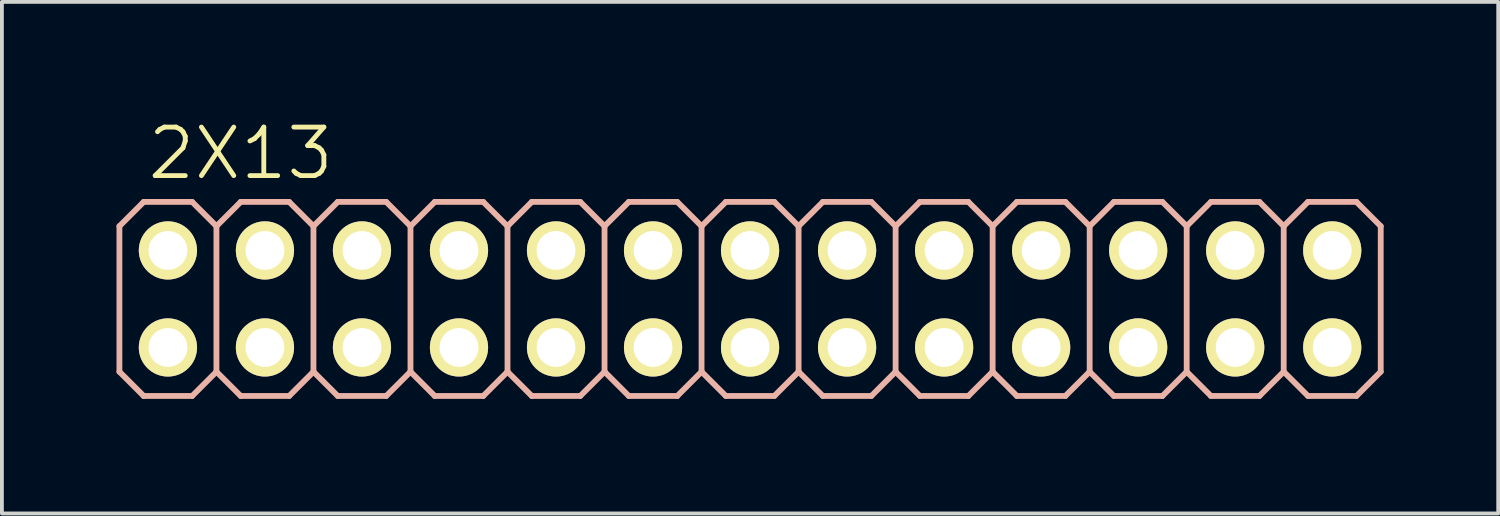
<source format=kicad_pcb>
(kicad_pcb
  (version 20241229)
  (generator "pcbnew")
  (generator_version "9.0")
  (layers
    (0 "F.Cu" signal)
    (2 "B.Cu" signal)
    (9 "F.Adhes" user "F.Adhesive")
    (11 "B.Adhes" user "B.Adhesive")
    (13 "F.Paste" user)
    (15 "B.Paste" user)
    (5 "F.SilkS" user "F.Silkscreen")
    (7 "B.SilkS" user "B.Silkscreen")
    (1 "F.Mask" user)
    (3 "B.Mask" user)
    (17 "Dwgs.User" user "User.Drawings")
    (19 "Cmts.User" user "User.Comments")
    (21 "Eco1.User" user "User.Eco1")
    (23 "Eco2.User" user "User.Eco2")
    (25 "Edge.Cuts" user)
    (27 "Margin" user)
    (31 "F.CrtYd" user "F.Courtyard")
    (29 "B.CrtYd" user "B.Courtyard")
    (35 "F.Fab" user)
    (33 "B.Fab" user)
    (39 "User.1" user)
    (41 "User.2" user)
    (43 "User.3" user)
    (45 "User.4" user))
  (footprint "2X13"
    (layer "F.Cu")
    (at 16.586 4.776)
    (property "Reference" "2X13" (at -13.335 -3.81 0) (layer "F.SilkS") (effects (font (size 1.27 1.27) (thickness 0.127))))
    (attr exclude_from_pos_files exclude_from_bom)
    (fp_line (start -16.51 -1.905) (end -15.875 -2.54) (stroke (width 0.152) (type solid)) (layer "B.SilkS"))
    (fp_line (start -16.51 1.905) (end -16.51 -1.905) (stroke (width 0.152) (type solid)) (layer "B.SilkS"))
    (fp_line (start -16.51 1.905) (end -15.875 2.54) (stroke (width 0.152) (type solid)) (layer "B.SilkS"))
    (fp_line (start -15.875 -2.54) (end -14.605 -2.54) (stroke (width 0.152) (type solid)) (layer "B.SilkS"))
    (fp_line (start -15.875 2.54) (end -14.605 2.54) (stroke (width 0.152) (type solid)) (layer "B.SilkS"))
    (fp_line (start -15.494 -1.524) (end -14.986 -1.524) (stroke (width 0.066) (type solid)) (layer "B.SilkS"))
    (fp_line (start -15.494 -1.016) (end -15.494 -1.524) (stroke (width 0.066) (type solid)) (layer "B.SilkS"))
    (fp_line (start -15.494 -1.016) (end -14.986 -1.016) (stroke (width 0.066) (type solid)) (layer "B.SilkS"))
    (fp_line (start -15.494 1.016) (end -14.986 1.016) (stroke (width 0.066) (type solid)) (layer "B.SilkS"))
    (fp_line (start -15.494 1.524) (end -15.494 1.016) (stroke (width 0.066) (type solid)) (layer "B.SilkS"))
    (fp_line (start -15.494 1.524) (end -14.986 1.524) (stroke (width 0.066) (type solid)) (layer "B.SilkS"))
    (fp_line (start -14.986 -1.016) (end -14.986 -1.524) (stroke (width 0.066) (type solid)) (layer "B.SilkS"))
    (fp_line (start -14.986 1.524) (end -14.986 1.016) (stroke (width 0.066) (type solid)) (layer "B.SilkS"))
    (fp_line (start -14.605 -2.54) (end -13.97 -1.905) (stroke (width 0.152) (type solid)) (layer "B.SilkS"))
    (fp_line (start -14.605 2.54) (end -13.97 1.905) (stroke (width 0.152) (type solid)) (layer "B.SilkS"))
    (fp_line (start -13.97 -1.905) (end -13.97 1.905) (stroke (width 0.152) (type solid)) (layer "B.SilkS"))
    (fp_line (start -13.97 -1.905) (end -13.335 -2.54) (stroke (width 0.152) (type solid)) (layer "B.SilkS"))
    (fp_line (start -13.97 1.905) (end -13.335 2.54) (stroke (width 0.152) (type solid)) (layer "B.SilkS"))
    (fp_line (start -13.335 -2.54) (end -12.065 -2.54) (stroke (width 0.152) (type solid)) (layer "B.SilkS"))
    (fp_line (start -13.335 2.54) (end -12.065 2.54) (stroke (width 0.152) (type solid)) (layer "B.SilkS"))
    (fp_line (start -12.954 -1.524) (end -12.446 -1.524) (stroke (width 0.066) (type solid)) (layer "B.SilkS"))
    (fp_line (start -12.954 -1.016) (end -12.954 -1.524) (stroke (width 0.066) (type solid)) (layer "B.SilkS"))
    (fp_line (start -12.954 -1.016) (end -12.446 -1.016) (stroke (width 0.066) (type solid)) (layer "B.SilkS"))
    (fp_line (start -12.954 1.016) (end -12.446 1.016) (stroke (width 0.066) (type solid)) (layer "B.SilkS"))
    (fp_line (start -12.954 1.524) (end -12.954 1.016) (stroke (width 0.066) (type solid)) (layer "B.SilkS"))
    (fp_line (start -12.954 1.524) (end -12.446 1.524) (stroke (width 0.066) (type solid)) (layer "B.SilkS"))
    (fp_line (start -12.446 -1.016) (end -12.446 -1.524) (stroke (width 0.066) (type solid)) (layer "B.SilkS"))
    (fp_line (start -12.446 1.524) (end -12.446 1.016) (stroke (width 0.066) (type solid)) (layer "B.SilkS"))
    (fp_line (start -12.065 -2.54) (end -11.43 -1.905) (stroke (width 0.152) (type solid)) (layer "B.SilkS"))
    (fp_line (start -12.065 2.54) (end -11.43 1.905) (stroke (width 0.152) (type solid)) (layer "B.SilkS"))
    (fp_line (start -11.43 -1.905) (end -11.43 1.905) (stroke (width 0.152) (type solid)) (layer "B.SilkS"))
    (fp_line (start -11.43 -1.905) (end -10.795 -2.54) (stroke (width 0.152) (type solid)) (layer "B.SilkS"))
    (fp_line (start -11.43 1.905) (end -10.795 2.54) (stroke (width 0.152) (type solid)) (layer "B.SilkS"))
    (fp_line (start -10.795 -2.54) (end -9.525 -2.54) (stroke (width 0.152) (type solid)) (layer "B.SilkS"))
    (fp_line (start -10.795 2.54) (end -9.525 2.54) (stroke (width 0.152) (type solid)) (layer "B.SilkS"))
    (fp_line (start -10.414 -1.524) (end -9.906 -1.524) (stroke (width 0.066) (type solid)) (layer "B.SilkS"))
    (fp_line (start -10.414 -1.016) (end -10.414 -1.524) (stroke (width 0.066) (type solid)) (layer "B.SilkS"))
    (fp_line (start -10.414 -1.016) (end -9.906 -1.016) (stroke (width 0.066) (type solid)) (layer "B.SilkS"))
    (fp_line (start -10.414 1.016) (end -9.906 1.016) (stroke (width 0.066) (type solid)) (layer "B.SilkS"))
    (fp_line (start -10.414 1.524) (end -10.414 1.016) (stroke (width 0.066) (type solid)) (layer "B.SilkS"))
    (fp_line (start -10.414 1.524) (end -9.906 1.524) (stroke (width 0.066) (type solid)) (layer "B.SilkS"))
    (fp_line (start -9.906 -1.016) (end -9.906 -1.524) (stroke (width 0.066) (type solid)) (layer "B.SilkS"))
    (fp_line (start -9.906 1.524) (end -9.906 1.016) (stroke (width 0.066) (type solid)) (layer "B.SilkS"))
    (fp_line (start -9.525 -2.54) (end -8.89 -1.905) (stroke (width 0.152) (type solid)) (layer "B.SilkS"))
    (fp_line (start -9.525 2.54) (end -8.89 1.905) (stroke (width 0.152) (type solid)) (layer "B.SilkS"))
    (fp_line (start -8.89 -1.905) (end -8.89 1.905) (stroke (width 0.152) (type solid)) (layer "B.SilkS"))
    (fp_line (start -8.89 -1.905) (end -8.255 -2.54) (stroke (width 0.152) (type solid)) (layer "B.SilkS"))
    (fp_line (start -8.89 1.905) (end -8.255 2.54) (stroke (width 0.152) (type solid)) (layer "B.SilkS"))
    (fp_line (start -8.255 -2.54) (end -6.985 -2.54) (stroke (width 0.152) (type solid)) (layer "B.SilkS"))
    (fp_line (start -8.255 2.54) (end -6.985 2.54) (stroke (width 0.152) (type solid)) (layer "B.SilkS"))
    (fp_line (start -7.874 -1.524) (end -7.366 -1.524) (stroke (width 0.066) (type solid)) (layer "B.SilkS"))
    (fp_line (start -7.874 -1.016) (end -7.874 -1.524) (stroke (width 0.066) (type solid)) (layer "B.SilkS"))
    (fp_line (start -7.874 -1.016) (end -7.366 -1.016) (stroke (width 0.066) (type solid)) (layer "B.SilkS"))
    (fp_line (start -7.874 1.016) (end -7.366 1.016) (stroke (width 0.066) (type solid)) (layer "B.SilkS"))
    (fp_line (start -7.874 1.524) (end -7.874 1.016) (stroke (width 0.066) (type solid)) (layer "B.SilkS"))
    (fp_line (start -7.874 1.524) (end -7.366 1.524) (stroke (width 0.066) (type solid)) (layer "B.SilkS"))
    (fp_line (start -7.366 -1.016) (end -7.366 -1.524) (stroke (width 0.066) (type solid)) (layer "B.SilkS"))
    (fp_line (start -7.366 1.524) (end -7.366 1.016) (stroke (width 0.066) (type solid)) (layer "B.SilkS"))
    (fp_line (start -6.985 -2.54) (end -6.35 -1.905) (stroke (width 0.152) (type solid)) (layer "B.SilkS"))
    (fp_line (start -6.985 2.54) (end -6.35 1.905) (stroke (width 0.152) (type solid)) (layer "B.SilkS"))
    (fp_line (start -6.35 -1.905) (end -6.35 1.905) (stroke (width 0.152) (type solid)) (layer "B.SilkS"))
    (fp_line (start -6.35 -1.905) (end -5.715 -2.54) (stroke (width 0.152) (type solid)) (layer "B.SilkS"))
    (fp_line (start -6.35 1.905) (end -5.715 2.54) (stroke (width 0.152) (type solid)) (layer "B.SilkS"))
    (fp_line (start -5.715 -2.54) (end -4.445 -2.54) (stroke (width 0.152) (type solid)) (layer "B.SilkS"))
    (fp_line (start -5.715 2.54) (end -4.445 2.54) (stroke (width 0.152) (type solid)) (layer "B.SilkS"))
    (fp_line (start -5.334 -1.524) (end -4.826 -1.524) (stroke (width 0.066) (type solid)) (layer "B.SilkS"))
    (fp_line (start -5.334 -1.016) (end -5.334 -1.524) (stroke (width 0.066) (type solid)) (layer "B.SilkS"))
    (fp_line (start -5.334 -1.016) (end -4.826 -1.016) (stroke (width 0.066) (type solid)) (layer "B.SilkS"))
    (fp_line (start -5.334 1.016) (end -4.826 1.016) (stroke (width 0.066) (type solid)) (layer "B.SilkS"))
    (fp_line (start -5.334 1.524) (end -5.334 1.016) (stroke (width 0.066) (type solid)) (layer "B.SilkS"))
    (fp_line (start -5.334 1.524) (end -4.826 1.524) (stroke (width 0.066) (type solid)) (layer "B.SilkS"))
    (fp_line (start -4.826 -1.016) (end -4.826 -1.524) (stroke (width 0.066) (type solid)) (layer "B.SilkS"))
    (fp_line (start -4.826 1.524) (end -4.826 1.016) (stroke (width 0.066) (type solid)) (layer "B.SilkS"))
    (fp_line (start -4.445 -2.54) (end -3.81 -1.905) (stroke (width 0.152) (type solid)) (layer "B.SilkS"))
    (fp_line (start -4.445 2.54) (end -3.81 1.905) (stroke (width 0.152) (type solid)) (layer "B.SilkS"))
    (fp_line (start -3.81 -1.905) (end -3.81 1.905) (stroke (width 0.152) (type solid)) (layer "B.SilkS"))
    (fp_line (start -3.81 -1.905) (end -3.175 -2.54) (stroke (width 0.152) (type solid)) (layer "B.SilkS"))
    (fp_line (start -3.81 1.905) (end -3.175 2.54) (stroke (width 0.152) (type solid)) (layer "B.SilkS"))
    (fp_line (start -3.175 -2.54) (end -1.905 -2.54) (stroke (width 0.152) (type solid)) (layer "B.SilkS"))
    (fp_line (start -3.175 2.54) (end -1.905 2.54) (stroke (width 0.152) (type solid)) (layer "B.SilkS"))
    (fp_line (start -2.794 -1.524) (end -2.286 -1.524) (stroke (width 0.066) (type solid)) (layer "B.SilkS"))
    (fp_line (start -2.794 -1.016) (end -2.794 -1.524) (stroke (width 0.066) (type solid)) (layer "B.SilkS"))
    (fp_line (start -2.794 -1.016) (end -2.286 -1.016) (stroke (width 0.066) (type solid)) (layer "B.SilkS"))
    (fp_line (start -2.794 1.016) (end -2.286 1.016) (stroke (width 0.066) (type solid)) (layer "B.SilkS"))
    (fp_line (start -2.794 1.524) (end -2.794 1.016) (stroke (width 0.066) (type solid)) (layer "B.SilkS"))
    (fp_line (start -2.794 1.524) (end -2.286 1.524) (stroke (width 0.066) (type solid)) (layer "B.SilkS"))
    (fp_line (start -2.286 -1.016) (end -2.286 -1.524) (stroke (width 0.066) (type solid)) (layer "B.SilkS"))
    (fp_line (start -2.286 1.524) (end -2.286 1.016) (stroke (width 0.066) (type solid)) (layer "B.SilkS"))
    (fp_line (start -1.905 -2.54) (end -1.27 -1.905) (stroke (width 0.152) (type solid)) (layer "B.SilkS"))
    (fp_line (start -1.905 2.54) (end -1.27 1.905) (stroke (width 0.152) (type solid)) (layer "B.SilkS"))
    (fp_line (start -1.27 -1.905) (end -1.27 1.905) (stroke (width 0.152) (type solid)) (layer "B.SilkS"))
    (fp_line (start -1.27 -1.905) (end -0.635 -2.54) (stroke (width 0.152) (type solid)) (layer "B.SilkS"))
    (fp_line (start -1.27 1.905) (end -0.635 2.54) (stroke (width 0.152) (type solid)) (layer "B.SilkS"))
    (fp_line (start -0.635 -2.54) (end 0.635 -2.54) (stroke (width 0.152) (type solid)) (layer "B.SilkS"))
    (fp_line (start -0.254 -1.524) (end 0.254 -1.524) (stroke (width 0.066) (type solid)) (layer "B.SilkS"))
    (fp_line (start -0.254 -1.016) (end -0.254 -1.524) (stroke (width 0.066) (type solid)) (layer "B.SilkS"))
    (fp_line (start -0.254 -1.016) (end 0.254 -1.016) (stroke (width 0.066) (type solid)) (layer "B.SilkS"))
    (fp_line (start -0.254 1.016) (end 0.254 1.016) (stroke (width 0.066) (type solid)) (layer "B.SilkS"))
    (fp_line (start -0.254 1.524) (end -0.254 1.016) (stroke (width 0.066) (type solid)) (layer "B.SilkS"))
    (fp_line (start -0.254 1.524) (end 0.254 1.524) (stroke (width 0.066) (type solid)) (layer "B.SilkS"))
    (fp_line (start 0.254 -1.016) (end 0.254 -1.524) (stroke (width 0.066) (type solid)) (layer "B.SilkS"))
    (fp_line (start 0.254 1.524) (end 0.254 1.016) (stroke (width 0.066) (type solid)) (layer "B.SilkS"))
    (fp_line (start 0.635 -2.54) (end 1.27 -1.905) (stroke (width 0.152) (type solid)) (layer "B.SilkS"))
    (fp_line (start 0.635 2.54) (end -0.635 2.54) (stroke (width 0.152) (type solid)) (layer "B.SilkS"))
    (fp_line (start 1.27 -1.905) (end 1.27 1.905) (stroke (width 0.152) (type solid)) (layer "B.SilkS"))
    (fp_line (start 1.27 -1.905) (end 1.905 -2.54) (stroke (width 0.152) (type solid)) (layer "B.SilkS"))
    (fp_line (start 1.27 1.905) (end 0.635 2.54) (stroke (width 0.152) (type solid)) (layer "B.SilkS"))
    (fp_line (start 1.27 1.905) (end 1.905 2.54) (stroke (width 0.152) (type solid)) (layer "B.SilkS"))
    (fp_line (start 1.905 -2.54) (end 3.175 -2.54) (stroke (width 0.152) (type solid)) (layer "B.SilkS"))
    (fp_line (start 2.286 -1.524) (end 2.794 -1.524) (stroke (width 0.066) (type solid)) (layer "B.SilkS"))
    (fp_line (start 2.286 -1.016) (end 2.286 -1.524) (stroke (width 0.066) (type solid)) (layer "B.SilkS"))
    (fp_line (start 2.286 -1.016) (end 2.794 -1.016) (stroke (width 0.066) (type solid)) (layer "B.SilkS"))
    (fp_line (start 2.286 1.016) (end 2.794 1.016) (stroke (width 0.066) (type solid)) (layer "B.SilkS"))
    (fp_line (start 2.286 1.524) (end 2.286 1.016) (stroke (width 0.066) (type solid)) (layer "B.SilkS"))
    (fp_line (start 2.286 1.524) (end 2.794 1.524) (stroke (width 0.066) (type solid)) (layer "B.SilkS"))
    (fp_line (start 2.794 -1.016) (end 2.794 -1.524) (stroke (width 0.066) (type solid)) (layer "B.SilkS"))
    (fp_line (start 2.794 1.524) (end 2.794 1.016) (stroke (width 0.066) (type solid)) (layer "B.SilkS"))
    (fp_line (start 3.175 -2.54) (end 3.81 -1.905) (stroke (width 0.152) (type solid)) (layer "B.SilkS"))
    (fp_line (start 3.175 2.54) (end 1.905 2.54) (stroke (width 0.152) (type solid)) (layer "B.SilkS"))
    (fp_line (start 3.81 -1.905) (end 3.81 1.905) (stroke (width 0.152) (type solid)) (layer "B.SilkS"))
    (fp_line (start 3.81 -1.905) (end 4.445 -2.54) (stroke (width 0.152) (type solid)) (layer "B.SilkS"))
    (fp_line (start 3.81 1.905) (end 3.175 2.54) (stroke (width 0.152) (type solid)) (layer "B.SilkS"))
    (fp_line (start 3.81 1.905) (end 4.445 2.54) (stroke (width 0.152) (type solid)) (layer "B.SilkS"))
    (fp_line (start 4.445 -2.54) (end 5.715 -2.54) (stroke (width 0.152) (type solid)) (layer "B.SilkS"))
    (fp_line (start 4.826 -1.524) (end 5.334 -1.524) (stroke (width 0.066) (type solid)) (layer "B.SilkS"))
    (fp_line (start 4.826 -1.016) (end 4.826 -1.524) (stroke (width 0.066) (type solid)) (layer "B.SilkS"))
    (fp_line (start 4.826 -1.016) (end 5.334 -1.016) (stroke (width 0.066) (type solid)) (layer "B.SilkS"))
    (fp_line (start 4.826 1.016) (end 5.334 1.016) (stroke (width 0.066) (type solid)) (layer "B.SilkS"))
    (fp_line (start 4.826 1.524) (end 4.826 1.016) (stroke (width 0.066) (type solid)) (layer "B.SilkS"))
    (fp_line (start 4.826 1.524) (end 5.334 1.524) (stroke (width 0.066) (type solid)) (layer "B.SilkS"))
    (fp_line (start 5.334 -1.016) (end 5.334 -1.524) (stroke (width 0.066) (type solid)) (layer "B.SilkS"))
    (fp_line (start 5.334 1.524) (end 5.334 1.016) (stroke (width 0.066) (type solid)) (layer "B.SilkS"))
    (fp_line (start 5.715 -2.54) (end 6.35 -1.905) (stroke (width 0.152) (type solid)) (layer "B.SilkS"))
    (fp_line (start 5.715 2.54) (end 4.445 2.54) (stroke (width 0.152) (type solid)) (layer "B.SilkS"))
    (fp_line (start 6.35 -1.905) (end 6.35 1.905) (stroke (width 0.152) (type solid)) (layer "B.SilkS"))
    (fp_line (start 6.35 -1.905) (end 6.985 -2.54) (stroke (width 0.152) (type solid)) (layer "B.SilkS"))
    (fp_line (start 6.35 1.905) (end 5.715 2.54) (stroke (width 0.152) (type solid)) (layer "B.SilkS"))
    (fp_line (start 6.35 1.905) (end 6.985 2.54) (stroke (width 0.152) (type solid)) (layer "B.SilkS"))
    (fp_line (start 6.985 -2.54) (end 8.255 -2.54) (stroke (width 0.152) (type solid)) (layer "B.SilkS"))
    (fp_line (start 7.366 -1.524) (end 7.874 -1.524) (stroke (width 0.066) (type solid)) (layer "B.SilkS"))
    (fp_line (start 7.366 -1.016) (end 7.366 -1.524) (stroke (width 0.066) (type solid)) (layer "B.SilkS"))
    (fp_line (start 7.366 -1.016) (end 7.874 -1.016) (stroke (width 0.066) (type solid)) (layer "B.SilkS"))
    (fp_line (start 7.366 1.016) (end 7.874 1.016) (stroke (width 0.066) (type solid)) (layer "B.SilkS"))
    (fp_line (start 7.366 1.524) (end 7.366 1.016) (stroke (width 0.066) (type solid)) (layer "B.SilkS"))
    (fp_line (start 7.366 1.524) (end 7.874 1.524) (stroke (width 0.066) (type solid)) (layer "B.SilkS"))
    (fp_line (start 7.874 -1.016) (end 7.874 -1.524) (stroke (width 0.066) (type solid)) (layer "B.SilkS"))
    (fp_line (start 7.874 1.524) (end 7.874 1.016) (stroke (width 0.066) (type solid)) (layer "B.SilkS"))
    (fp_line (start 8.255 -2.54) (end 8.89 -1.905) (stroke (width 0.152) (type solid)) (layer "B.SilkS"))
    (fp_line (start 8.255 2.54) (end 6.985 2.54) (stroke (width 0.152) (type solid)) (layer "B.SilkS"))
    (fp_line (start 8.89 -1.905) (end 8.89 1.905) (stroke (width 0.152) (type solid)) (layer "B.SilkS"))
    (fp_line (start 8.89 -1.905) (end 9.525 -2.54) (stroke (width 0.152) (type solid)) (layer "B.SilkS"))
    (fp_line (start 8.89 1.905) (end 8.255 2.54) (stroke (width 0.152) (type solid)) (layer "B.SilkS"))
    (fp_line (start 8.89 1.905) (end 9.525 2.54) (stroke (width 0.152) (type solid)) (layer "B.SilkS"))
    (fp_line (start 9.525 -2.54) (end 10.795 -2.54) (stroke (width 0.152) (type solid)) (layer "B.SilkS"))
    (fp_line (start 9.906 -1.524) (end 10.414 -1.524) (stroke (width 0.066) (type solid)) (layer "B.SilkS"))
    (fp_line (start 9.906 -1.016) (end 9.906 -1.524) (stroke (width 0.066) (type solid)) (layer "B.SilkS"))
    (fp_line (start 9.906 -1.016) (end 10.414 -1.016) (stroke (width 0.066) (type solid)) (layer "B.SilkS"))
    (fp_line (start 9.906 1.016) (end 10.414 1.016) (stroke (width 0.066) (type solid)) (layer "B.SilkS"))
    (fp_line (start 9.906 1.524) (end 9.906 1.016) (stroke (width 0.066) (type solid)) (layer "B.SilkS"))
    (fp_line (start 9.906 1.524) (end 10.414 1.524) (stroke (width 0.066) (type solid)) (layer "B.SilkS"))
    (fp_line (start 10.414 -1.016) (end 10.414 -1.524) (stroke (width 0.066) (type solid)) (layer "B.SilkS"))
    (fp_line (start 10.414 1.524) (end 10.414 1.016) (stroke (width 0.066) (type solid)) (layer "B.SilkS"))
    (fp_line (start 10.795 -2.54) (end 11.43 -1.905) (stroke (width 0.152) (type solid)) (layer "B.SilkS"))
    (fp_line (start 10.795 2.54) (end 9.525 2.54) (stroke (width 0.152) (type solid)) (layer "B.SilkS"))
    (fp_line (start 11.43 -1.905) (end 11.43 1.905) (stroke (width 0.152) (type solid)) (layer "B.SilkS"))
    (fp_line (start 11.43 -1.905) (end 12.065 -2.54) (stroke (width 0.152) (type solid)) (layer "B.SilkS"))
    (fp_line (start 11.43 1.905) (end 10.795 2.54) (stroke (width 0.152) (type solid)) (layer "B.SilkS"))
    (fp_line (start 11.43 1.905) (end 12.065 2.54) (stroke (width 0.152) (type solid)) (layer "B.SilkS"))
    (fp_line (start 12.065 -2.54) (end 13.335 -2.54) (stroke (width 0.152) (type solid)) (layer "B.SilkS"))
    (fp_line (start 12.446 -1.524) (end 12.954 -1.524) (stroke (width 0.066) (type solid)) (layer "B.SilkS"))
    (fp_line (start 12.446 -1.016) (end 12.446 -1.524) (stroke (width 0.066) (type solid)) (layer "B.SilkS"))
    (fp_line (start 12.446 -1.016) (end 12.954 -1.016) (stroke (width 0.066) (type solid)) (layer "B.SilkS"))
    (fp_line (start 12.446 1.016) (end 12.954 1.016) (stroke (width 0.066) (type solid)) (layer "B.SilkS"))
    (fp_line (start 12.446 1.524) (end 12.446 1.016) (stroke (width 0.066) (type solid)) (layer "B.SilkS"))
    (fp_line (start 12.446 1.524) (end 12.954 1.524) (stroke (width 0.066) (type solid)) (layer "B.SilkS"))
    (fp_line (start 12.954 -1.016) (end 12.954 -1.524) (stroke (width 0.066) (type solid)) (layer "B.SilkS"))
    (fp_line (start 12.954 1.524) (end 12.954 1.016) (stroke (width 0.066) (type solid)) (layer "B.SilkS"))
    (fp_line (start 13.335 2.54) (end 12.065 2.54) (stroke (width 0.152) (type solid)) (layer "B.SilkS"))
    (fp_line (start 13.97 -1.905) (end 13.335 -2.54) (stroke (width 0.152) (type solid)) (layer "B.SilkS"))
    (fp_line (start 13.97 -1.905) (end 13.97 1.905) (stroke (width 0.152) (type solid)) (layer "B.SilkS"))
    (fp_line (start 13.97 -1.905) (end 14.605 -2.54) (stroke (width 0.152) (type solid)) (layer "B.SilkS"))
    (fp_line (start 13.97 1.905) (end 13.335 2.54) (stroke (width 0.152) (type solid)) (layer "B.SilkS"))
    (fp_line (start 13.97 1.905) (end 14.605 2.54) (stroke (width 0.152) (type solid)) (layer "B.SilkS"))
    (fp_line (start 14.605 -2.54) (end 15.875 -2.54) (stroke (width 0.152) (type solid)) (layer "B.SilkS"))
    (fp_line (start 14.986 -1.524) (end 15.494 -1.524) (stroke (width 0.066) (type solid)) (layer "B.SilkS"))
    (fp_line (start 14.986 -1.016) (end 14.986 -1.524) (stroke (width 0.066) (type solid)) (layer "B.SilkS"))
    (fp_line (start 14.986 -1.016) (end 15.494 -1.016) (stroke (width 0.066) (type solid)) (layer "B.SilkS"))
    (fp_line (start 14.986 1.016) (end 15.494 1.016) (stroke (width 0.066) (type solid)) (layer "B.SilkS"))
    (fp_line (start 14.986 1.524) (end 14.986 1.016) (stroke (width 0.066) (type solid)) (layer "B.SilkS"))
    (fp_line (start 14.986 1.524) (end 15.494 1.524) (stroke (width 0.066) (type solid)) (layer "B.SilkS"))
    (fp_line (start 15.494 -1.016) (end 15.494 -1.524) (stroke (width 0.066) (type solid)) (layer "B.SilkS"))
    (fp_line (start 15.494 1.524) (end 15.494 1.016) (stroke (width 0.066) (type solid)) (layer "B.SilkS"))
    (fp_line (start 15.875 2.54) (end 14.605 2.54) (stroke (width 0.152) (type solid)) (layer "B.SilkS"))
    (fp_line (start 16.51 -1.905) (end 15.875 -2.54) (stroke (width 0.152) (type solid)) (layer "B.SilkS"))
    (fp_line (start 16.51 -1.905) (end 16.51 1.905) (stroke (width 0.152) (type solid)) (layer "B.SilkS"))
    (fp_line (start 16.51 1.905) (end 15.875 2.54) (stroke (width 0.152) (type solid)) (layer "B.SilkS"))
    (pad "1" thru_hole circle (at -15.24 1.27) (size 1.524 1.524) (drill 1.016) (layers "*.Cu" "*.Mask" "F.SilkS" "F.Paste"))
    (pad "2" thru_hole circle (at -15.24 -1.27) (size 1.524 1.524) (drill 1.016) (layers "*.Cu" "*.Mask" "F.SilkS" "F.Paste"))
    (pad "3" thru_hole circle (at -12.7 1.27) (size 1.524 1.524) (drill 1.016) (layers "*.Cu" "*.Mask" "F.SilkS" "F.Paste"))
    (pad "4" thru_hole circle (at -12.7 -1.27) (size 1.524 1.524) (drill 1.016) (layers "*.Cu" "*.Mask" "F.SilkS" "F.Paste"))
    (pad "5" thru_hole circle (at -10.16 1.27) (size 1.524 1.524) (drill 1.016) (layers "*.Cu" "*.Mask" "F.SilkS" "F.Paste"))
    (pad "6" thru_hole circle (at -10.16 -1.27) (size 1.524 1.524) (drill 1.016) (layers "*.Cu" "*.Mask" "F.SilkS" "F.Paste"))
    (pad "7" thru_hole circle (at -7.62 1.27) (size 1.524 1.524) (drill 1.016) (layers "*.Cu" "*.Mask" "F.SilkS" "F.Paste"))
    (pad "8" thru_hole circle (at -7.62 -1.27) (size 1.524 1.524) (drill 1.016) (layers "*.Cu" "*.Mask" "F.SilkS" "F.Paste"))
    (pad "9" thru_hole circle (at -5.08 1.27) (size 1.524 1.524) (drill 1.016) (layers "*.Cu" "*.Mask" "F.SilkS" "F.Paste"))
    (pad "10" thru_hole circle (at -5.08 -1.27) (size 1.524 1.524) (drill 1.016) (layers "*.Cu" "*.Mask" "F.SilkS" "F.Paste"))
    (pad "11" thru_hole circle (at -2.54 1.27) (size 1.524 1.524) (drill 1.016) (layers "*.Cu" "*.Mask" "F.SilkS" "F.Paste"))
    (pad "12" thru_hole circle (at -2.54 -1.27) (size 1.524 1.524) (drill 1.016) (layers "*.Cu" "*.Mask" "F.SilkS" "F.Paste"))
    (pad "13" thru_hole circle (at 0 1.27) (size 1.524 1.524) (drill 1.016) (layers "*.Cu" "*.Mask" "F.SilkS" "F.Paste"))
    (pad "14" thru_hole circle (at 0 -1.27) (size 1.524 1.524) (drill 1.016) (layers "*.Cu" "*.Mask" "F.SilkS" "F.Paste"))
    (pad "15" thru_hole circle (at 2.54 1.27) (size 1.524 1.524) (drill 1.016) (layers "*.Cu" "*.Mask" "F.SilkS" "F.Paste"))
    (pad "16" thru_hole circle (at 2.54 -1.27) (size 1.524 1.524) (drill 1.016) (layers "*.Cu" "*.Mask" "F.SilkS" "F.Paste"))
    (pad "17" thru_hole circle (at 5.08 1.27) (size 1.524 1.524) (drill 1.016) (layers "*.Cu" "*.Mask" "F.SilkS" "F.Paste"))
    (pad "18" thru_hole circle (at 5.08 -1.27) (size 1.524 1.524) (drill 1.016) (layers "*.Cu" "*.Mask" "F.SilkS" "F.Paste"))
    (pad "19" thru_hole circle (at 7.62 1.27) (size 1.524 1.524) (drill 1.016) (layers "*.Cu" "*.Mask" "F.SilkS" "F.Paste"))
    (pad "20" thru_hole circle (at 7.62 -1.27) (size 1.524 1.524) (drill 1.016) (layers "*.Cu" "*.Mask" "F.SilkS" "F.Paste"))
    (pad "21" thru_hole circle (at 10.16 1.27) (size 1.524 1.524) (drill 1.016) (layers "*.Cu" "*.Mask" "F.SilkS" "F.Paste"))
    (pad "22" thru_hole circle (at 10.16 -1.27) (size 1.524 1.524) (drill 1.016) (layers "*.Cu" "*.Mask" "F.SilkS" "F.Paste"))
    (pad "23" thru_hole circle (at 12.7 1.27) (size 1.524 1.524) (drill 1.016) (layers "*.Cu" "*.Mask" "F.SilkS" "F.Paste"))
    (pad "24" thru_hole circle (at 12.7 -1.27) (size 1.524 1.524) (drill 1.016) (layers "*.Cu" "*.Mask" "F.SilkS" "F.Paste"))
    (pad "25" thru_hole circle (at 15.24 1.27) (size 1.524 1.524) (drill 1.016) (layers "*.Cu" "*.Mask" "F.SilkS" "F.Paste"))
    (pad "26" thru_hole circle (at 15.24 -1.27) (size 1.524 1.524) (drill 1.016) (layers "*.Cu" "*.Mask" "F.SilkS" "F.Paste")))
  (gr_rect
    (start -3 -3)
    (end 36.172 10.392)
    (stroke (width 0.1) (type default))
    (fill no)
    (layer "Edge.Cuts")))
</source>
